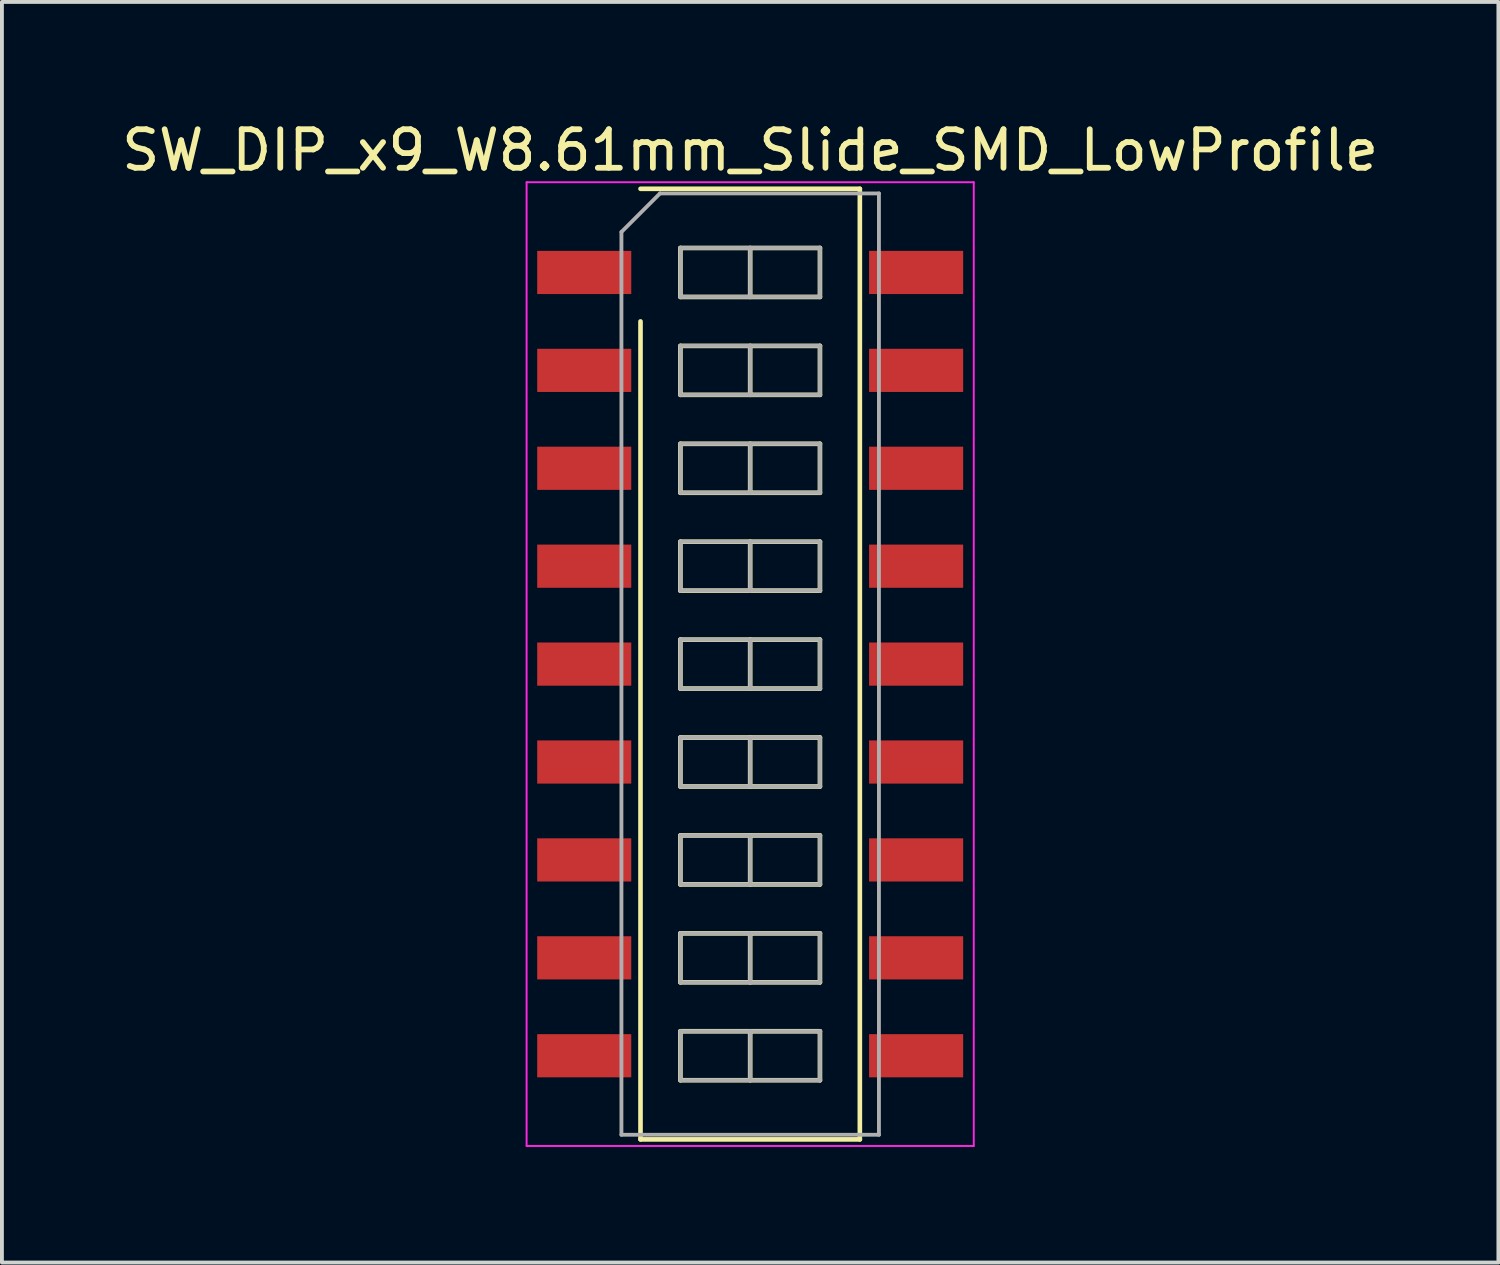
<source format=kicad_pcb>
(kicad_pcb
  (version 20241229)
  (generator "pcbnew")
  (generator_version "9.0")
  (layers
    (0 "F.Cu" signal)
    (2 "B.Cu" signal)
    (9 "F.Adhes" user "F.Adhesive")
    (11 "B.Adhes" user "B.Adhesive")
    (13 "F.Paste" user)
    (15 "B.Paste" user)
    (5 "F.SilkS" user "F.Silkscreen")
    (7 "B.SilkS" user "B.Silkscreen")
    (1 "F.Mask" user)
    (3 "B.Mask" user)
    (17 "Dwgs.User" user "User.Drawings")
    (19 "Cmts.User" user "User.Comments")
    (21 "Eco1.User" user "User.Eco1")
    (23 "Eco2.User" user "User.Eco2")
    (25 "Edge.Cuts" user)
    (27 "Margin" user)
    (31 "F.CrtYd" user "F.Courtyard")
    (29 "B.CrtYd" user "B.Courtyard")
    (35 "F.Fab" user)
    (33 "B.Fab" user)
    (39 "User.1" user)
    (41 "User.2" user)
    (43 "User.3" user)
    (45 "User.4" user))
  (footprint "SW_DIP_x9_W8.61mm_Slide_SMD_LowProfile"
    (layer "F.Cu")
    (at 16.411 14.178)
    (property "Reference" "SW_DIP_x9_W8.61mm_Slide_SMD_LowProfile" (at 0 -13.33 0) (layer "F.SilkS") (effects (font (size 1 1) (thickness 0.15))))
    (attr smd)
    (fp_line (start -2.845 -12.33) (end 2.845 -12.33) (stroke (width 0.12) (type solid)) (layer "F.SilkS"))
    (fp_line (start -2.845 12.33) (end -2.845 -8.89) (stroke (width 0.12) (type solid)) (layer "F.SilkS"))
    (fp_line (start -1.81 -10.795) (end -1.81 -9.525) (stroke (width 0.12) (type solid)) (layer "F.SilkS"))
    (fp_line (start -1.81 -9.525) (end 1.81 -9.525) (stroke (width 0.12) (type solid)) (layer "F.SilkS"))
    (fp_line (start -1.81 -8.255) (end -1.81 -6.985) (stroke (width 0.12) (type solid)) (layer "F.SilkS"))
    (fp_line (start -1.81 -6.985) (end 1.81 -6.985) (stroke (width 0.12) (type solid)) (layer "F.SilkS"))
    (fp_line (start -1.81 -5.715) (end -1.81 -4.445) (stroke (width 0.12) (type solid)) (layer "F.SilkS"))
    (fp_line (start -1.81 -4.445) (end 1.81 -4.445) (stroke (width 0.12) (type solid)) (layer "F.SilkS"))
    (fp_line (start -1.81 -3.175) (end -1.81 -1.905) (stroke (width 0.12) (type solid)) (layer "F.SilkS"))
    (fp_line (start -1.81 -1.905) (end 1.81 -1.905) (stroke (width 0.12) (type solid)) (layer "F.SilkS"))
    (fp_line (start -1.81 -0.635) (end -1.81 0.635) (stroke (width 0.12) (type solid)) (layer "F.SilkS"))
    (fp_line (start -1.81 0.635) (end 1.81 0.635) (stroke (width 0.12) (type solid)) (layer "F.SilkS"))
    (fp_line (start -1.81 1.905) (end -1.81 3.175) (stroke (width 0.12) (type solid)) (layer "F.SilkS"))
    (fp_line (start -1.81 3.175) (end 1.81 3.175) (stroke (width 0.12) (type solid)) (layer "F.SilkS"))
    (fp_line (start -1.81 4.445) (end -1.81 5.715) (stroke (width 0.12) (type solid)) (layer "F.SilkS"))
    (fp_line (start -1.81 5.715) (end 1.81 5.715) (stroke (width 0.12) (type solid)) (layer "F.SilkS"))
    (fp_line (start -1.81 6.985) (end -1.81 8.255) (stroke (width 0.12) (type solid)) (layer "F.SilkS"))
    (fp_line (start -1.81 8.255) (end 1.81 8.255) (stroke (width 0.12) (type solid)) (layer "F.SilkS"))
    (fp_line (start -1.81 9.525) (end -1.81 10.795) (stroke (width 0.12) (type solid)) (layer "F.SilkS"))
    (fp_line (start -1.81 10.795) (end 1.81 10.795) (stroke (width 0.12) (type solid)) (layer "F.SilkS"))
    (fp_line (start 0 -10.795) (end 0 -9.525) (stroke (width 0.12) (type solid)) (layer "F.SilkS"))
    (fp_line (start 0 -8.255) (end 0 -6.985) (stroke (width 0.12) (type solid)) (layer "F.SilkS"))
    (fp_line (start 0 -5.715) (end 0 -4.445) (stroke (width 0.12) (type solid)) (layer "F.SilkS"))
    (fp_line (start 0 -3.175) (end 0 -1.905) (stroke (width 0.12) (type solid)) (layer "F.SilkS"))
    (fp_line (start 0 -0.635) (end 0 0.635) (stroke (width 0.12) (type solid)) (layer "F.SilkS"))
    (fp_line (start 0 1.905) (end 0 3.175) (stroke (width 0.12) (type solid)) (layer "F.SilkS"))
    (fp_line (start 0 4.445) (end 0 5.715) (stroke (width 0.12) (type solid)) (layer "F.SilkS"))
    (fp_line (start 0 6.985) (end 0 8.255) (stroke (width 0.12) (type solid)) (layer "F.SilkS"))
    (fp_line (start 0 9.525) (end 0 10.795) (stroke (width 0.12) (type solid)) (layer "F.SilkS"))
    (fp_line (start 1.81 -10.795) (end -1.81 -10.795) (stroke (width 0.12) (type solid)) (layer "F.SilkS"))
    (fp_line (start 1.81 -9.525) (end 1.81 -10.795) (stroke (width 0.12) (type solid)) (layer "F.SilkS"))
    (fp_line (start 1.81 -8.255) (end -1.81 -8.255) (stroke (width 0.12) (type solid)) (layer "F.SilkS"))
    (fp_line (start 1.81 -6.985) (end 1.81 -8.255) (stroke (width 0.12) (type solid)) (layer "F.SilkS"))
    (fp_line (start 1.81 -5.715) (end -1.81 -5.715) (stroke (width 0.12) (type solid)) (layer "F.SilkS"))
    (fp_line (start 1.81 -4.445) (end 1.81 -5.715) (stroke (width 0.12) (type solid)) (layer "F.SilkS"))
    (fp_line (start 1.81 -3.175) (end -1.81 -3.175) (stroke (width 0.12) (type solid)) (layer "F.SilkS"))
    (fp_line (start 1.81 -1.905) (end 1.81 -3.175) (stroke (width 0.12) (type solid)) (layer "F.SilkS"))
    (fp_line (start 1.81 -0.635) (end -1.81 -0.635) (stroke (width 0.12) (type solid)) (layer "F.SilkS"))
    (fp_line (start 1.81 0.635) (end 1.81 -0.635) (stroke (width 0.12) (type solid)) (layer "F.SilkS"))
    (fp_line (start 1.81 1.905) (end -1.81 1.905) (stroke (width 0.12) (type solid)) (layer "F.SilkS"))
    (fp_line (start 1.81 3.175) (end 1.81 1.905) (stroke (width 0.12) (type solid)) (layer "F.SilkS"))
    (fp_line (start 1.81 4.445) (end -1.81 4.445) (stroke (width 0.12) (type solid)) (layer "F.SilkS"))
    (fp_line (start 1.81 5.715) (end 1.81 4.445) (stroke (width 0.12) (type solid)) (layer "F.SilkS"))
    (fp_line (start 1.81 6.985) (end -1.81 6.985) (stroke (width 0.12) (type solid)) (layer "F.SilkS"))
    (fp_line (start 1.81 8.255) (end 1.81 6.985) (stroke (width 0.12) (type solid)) (layer "F.SilkS"))
    (fp_line (start 1.81 9.525) (end -1.81 9.525) (stroke (width 0.12) (type solid)) (layer "F.SilkS"))
    (fp_line (start 1.81 10.795) (end 1.81 9.525) (stroke (width 0.12) (type solid)) (layer "F.SilkS"))
    (fp_line (start 2.845 -12.33) (end 2.845 12.33) (stroke (width 0.12) (type solid)) (layer "F.SilkS"))
    (fp_line (start 2.845 12.33) (end -2.845 12.33) (stroke (width 0.12) (type solid)) (layer "F.SilkS"))
    (fp_line (start -5.8 -12.5) (end -5.8 12.5) (stroke (width 0.05) (type solid)) (layer "F.CrtYd"))
    (fp_line (start -5.8 12.5) (end 5.8 12.5) (stroke (width 0.05) (type solid)) (layer "F.CrtYd"))
    (fp_line (start 5.8 -12.5) (end -5.8 -12.5) (stroke (width 0.05) (type solid)) (layer "F.CrtYd"))
    (fp_line (start 5.8 12.5) (end 5.8 -12.5) (stroke (width 0.05) (type solid)) (layer "F.CrtYd"))
    (fp_line (start -3.34 -11.21) (end -2.34 -12.21) (stroke (width 0.1) (type solid)) (layer "F.Fab"))
    (fp_line (start -3.34 12.21) (end -3.34 -11.21) (stroke (width 0.1) (type solid)) (layer "F.Fab"))
    (fp_line (start -2.34 -12.21) (end 3.34 -12.21) (stroke (width 0.1) (type solid)) (layer "F.Fab"))
    (fp_line (start -1.81 -10.795) (end -1.81 -9.525) (stroke (width 0.1) (type solid)) (layer "F.Fab"))
    (fp_line (start -1.81 -9.525) (end 1.81 -9.525) (stroke (width 0.1) (type solid)) (layer "F.Fab"))
    (fp_line (start -1.81 -8.255) (end -1.81 -6.985) (stroke (width 0.1) (type solid)) (layer "F.Fab"))
    (fp_line (start -1.81 -6.985) (end 1.81 -6.985) (stroke (width 0.1) (type solid)) (layer "F.Fab"))
    (fp_line (start -1.81 -5.715) (end -1.81 -4.445) (stroke (width 0.1) (type solid)) (layer "F.Fab"))
    (fp_line (start -1.81 -4.445) (end 1.81 -4.445) (stroke (width 0.1) (type solid)) (layer "F.Fab"))
    (fp_line (start -1.81 -3.175) (end -1.81 -1.905) (stroke (width 0.1) (type solid)) (layer "F.Fab"))
    (fp_line (start -1.81 -1.905) (end 1.81 -1.905) (stroke (width 0.1) (type solid)) (layer "F.Fab"))
    (fp_line (start -1.81 -0.635) (end -1.81 0.635) (stroke (width 0.1) (type solid)) (layer "F.Fab"))
    (fp_line (start -1.81 0.635) (end 1.81 0.635) (stroke (width 0.1) (type solid)) (layer "F.Fab"))
    (fp_line (start -1.81 1.905) (end -1.81 3.175) (stroke (width 0.1) (type solid)) (layer "F.Fab"))
    (fp_line (start -1.81 3.175) (end 1.81 3.175) (stroke (width 0.1) (type solid)) (layer "F.Fab"))
    (fp_line (start -1.81 4.445) (end -1.81 5.715) (stroke (width 0.1) (type solid)) (layer "F.Fab"))
    (fp_line (start -1.81 5.715) (end 1.81 5.715) (stroke (width 0.1) (type solid)) (layer "F.Fab"))
    (fp_line (start -1.81 6.985) (end -1.81 8.255) (stroke (width 0.1) (type solid)) (layer "F.Fab"))
    (fp_line (start -1.81 8.255) (end 1.81 8.255) (stroke (width 0.1) (type solid)) (layer "F.Fab"))
    (fp_line (start -1.81 9.525) (end -1.81 10.795) (stroke (width 0.1) (type solid)) (layer "F.Fab"))
    (fp_line (start -1.81 10.795) (end 1.81 10.795) (stroke (width 0.1) (type solid)) (layer "F.Fab"))
    (fp_line (start 0 -10.795) (end 0 -9.525) (stroke (width 0.1) (type solid)) (layer "F.Fab"))
    (fp_line (start 0 -8.255) (end 0 -6.985) (stroke (width 0.1) (type solid)) (layer "F.Fab"))
    (fp_line (start 0 -5.715) (end 0 -4.445) (stroke (width 0.1) (type solid)) (layer "F.Fab"))
    (fp_line (start 0 -3.175) (end 0 -1.905) (stroke (width 0.1) (type solid)) (layer "F.Fab"))
    (fp_line (start 0 -0.635) (end 0 0.635) (stroke (width 0.1) (type solid)) (layer "F.Fab"))
    (fp_line (start 0 1.905) (end 0 3.175) (stroke (width 0.1) (type solid)) (layer "F.Fab"))
    (fp_line (start 0 4.445) (end 0 5.715) (stroke (width 0.1) (type solid)) (layer "F.Fab"))
    (fp_line (start 0 6.985) (end 0 8.255) (stroke (width 0.1) (type solid)) (layer "F.Fab"))
    (fp_line (start 0 9.525) (end 0 10.795) (stroke (width 0.1) (type solid)) (layer "F.Fab"))
    (fp_line (start 1.81 -10.795) (end -1.81 -10.795) (stroke (width 0.1) (type solid)) (layer "F.Fab"))
    (fp_line (start 1.81 -9.525) (end 1.81 -10.795) (stroke (width 0.1) (type solid)) (layer "F.Fab"))
    (fp_line (start 1.81 -8.255) (end -1.81 -8.255) (stroke (width 0.1) (type solid)) (layer "F.Fab"))
    (fp_line (start 1.81 -6.985) (end 1.81 -8.255) (stroke (width 0.1) (type solid)) (layer "F.Fab"))
    (fp_line (start 1.81 -5.715) (end -1.81 -5.715) (stroke (width 0.1) (type solid)) (layer "F.Fab"))
    (fp_line (start 1.81 -4.445) (end 1.81 -5.715) (stroke (width 0.1) (type solid)) (layer "F.Fab"))
    (fp_line (start 1.81 -3.175) (end -1.81 -3.175) (stroke (width 0.1) (type solid)) (layer "F.Fab"))
    (fp_line (start 1.81 -1.905) (end 1.81 -3.175) (stroke (width 0.1) (type solid)) (layer "F.Fab"))
    (fp_line (start 1.81 -0.635) (end -1.81 -0.635) (stroke (width 0.1) (type solid)) (layer "F.Fab"))
    (fp_line (start 1.81 0.635) (end 1.81 -0.635) (stroke (width 0.1) (type solid)) (layer "F.Fab"))
    (fp_line (start 1.81 1.905) (end -1.81 1.905) (stroke (width 0.1) (type solid)) (layer "F.Fab"))
    (fp_line (start 1.81 3.175) (end 1.81 1.905) (stroke (width 0.1) (type solid)) (layer "F.Fab"))
    (fp_line (start 1.81 4.445) (end -1.81 4.445) (stroke (width 0.1) (type solid)) (layer "F.Fab"))
    (fp_line (start 1.81 5.715) (end 1.81 4.445) (stroke (width 0.1) (type solid)) (layer "F.Fab"))
    (fp_line (start 1.81 6.985) (end -1.81 6.985) (stroke (width 0.1) (type solid)) (layer "F.Fab"))
    (fp_line (start 1.81 8.255) (end 1.81 6.985) (stroke (width 0.1) (type solid)) (layer "F.Fab"))
    (fp_line (start 1.81 9.525) (end -1.81 9.525) (stroke (width 0.1) (type solid)) (layer "F.Fab"))
    (fp_line (start 1.81 10.795) (end 1.81 9.525) (stroke (width 0.1) (type solid)) (layer "F.Fab"))
    (fp_line (start 3.34 -12.21) (end 3.34 12.21) (stroke (width 0.1) (type solid)) (layer "F.Fab"))
    (fp_line (start 3.34 12.21) (end -3.34 12.21) (stroke (width 0.1) (type solid)) (layer "F.Fab"))
    (pad "1" smd rect (at -4.305 -10.16) (size 2.44 1.12) (layers "F.Cu" "F.Mask"))
    (pad "2" smd rect (at -4.305 -7.62) (size 2.44 1.12) (layers "F.Cu" "F.Mask"))
    (pad "3" smd rect (at -4.305 -5.08) (size 2.44 1.12) (layers "F.Cu" "F.Mask"))
    (pad "4" smd rect (at -4.305 -2.54) (size 2.44 1.12) (layers "F.Cu" "F.Mask"))
    (pad "5" smd rect (at -4.305 0) (size 2.44 1.12) (layers "F.Cu" "F.Mask"))
    (pad "6" smd rect (at -4.305 2.54) (size 2.44 1.12) (layers "F.Cu" "F.Mask"))
    (pad "7" smd rect (at -4.305 5.08) (size 2.44 1.12) (layers "F.Cu" "F.Mask"))
    (pad "8" smd rect (at -4.305 7.62) (size 2.44 1.12) (layers "F.Cu" "F.Mask"))
    (pad "9" smd rect (at -4.305 10.16) (size 2.44 1.12) (layers "F.Cu" "F.Mask"))
    (pad "10" smd rect (at 4.305 10.16) (size 2.44 1.12) (layers "F.Cu" "F.Mask"))
    (pad "11" smd rect (at 4.305 7.62) (size 2.44 1.12) (layers "F.Cu" "F.Mask"))
    (pad "12" smd rect (at 4.305 5.08) (size 2.44 1.12) (layers "F.Cu" "F.Mask"))
    (pad "13" smd rect (at 4.305 2.54) (size 2.44 1.12) (layers "F.Cu" "F.Mask"))
    (pad "14" smd rect (at 4.305 0) (size 2.44 1.12) (layers "F.Cu" "F.Mask"))
    (pad "15" smd rect (at 4.305 -2.54) (size 2.44 1.12) (layers "F.Cu" "F.Mask"))
    (pad "16" smd rect (at 4.305 -5.08) (size 2.44 1.12) (layers "F.Cu" "F.Mask"))
    (pad "17" smd rect (at 4.305 -7.62) (size 2.44 1.12) (layers "F.Cu" "F.Mask"))
    (pad "18" smd rect (at 4.305 -10.16) (size 2.44 1.12) (layers "F.Cu" "F.Mask")))
  (gr_rect
    (start -3 -3)
    (end 35.821 29.703)
    (stroke (width 0.1) (type default))
    (fill no)
    (layer "Edge.Cuts")))
</source>
